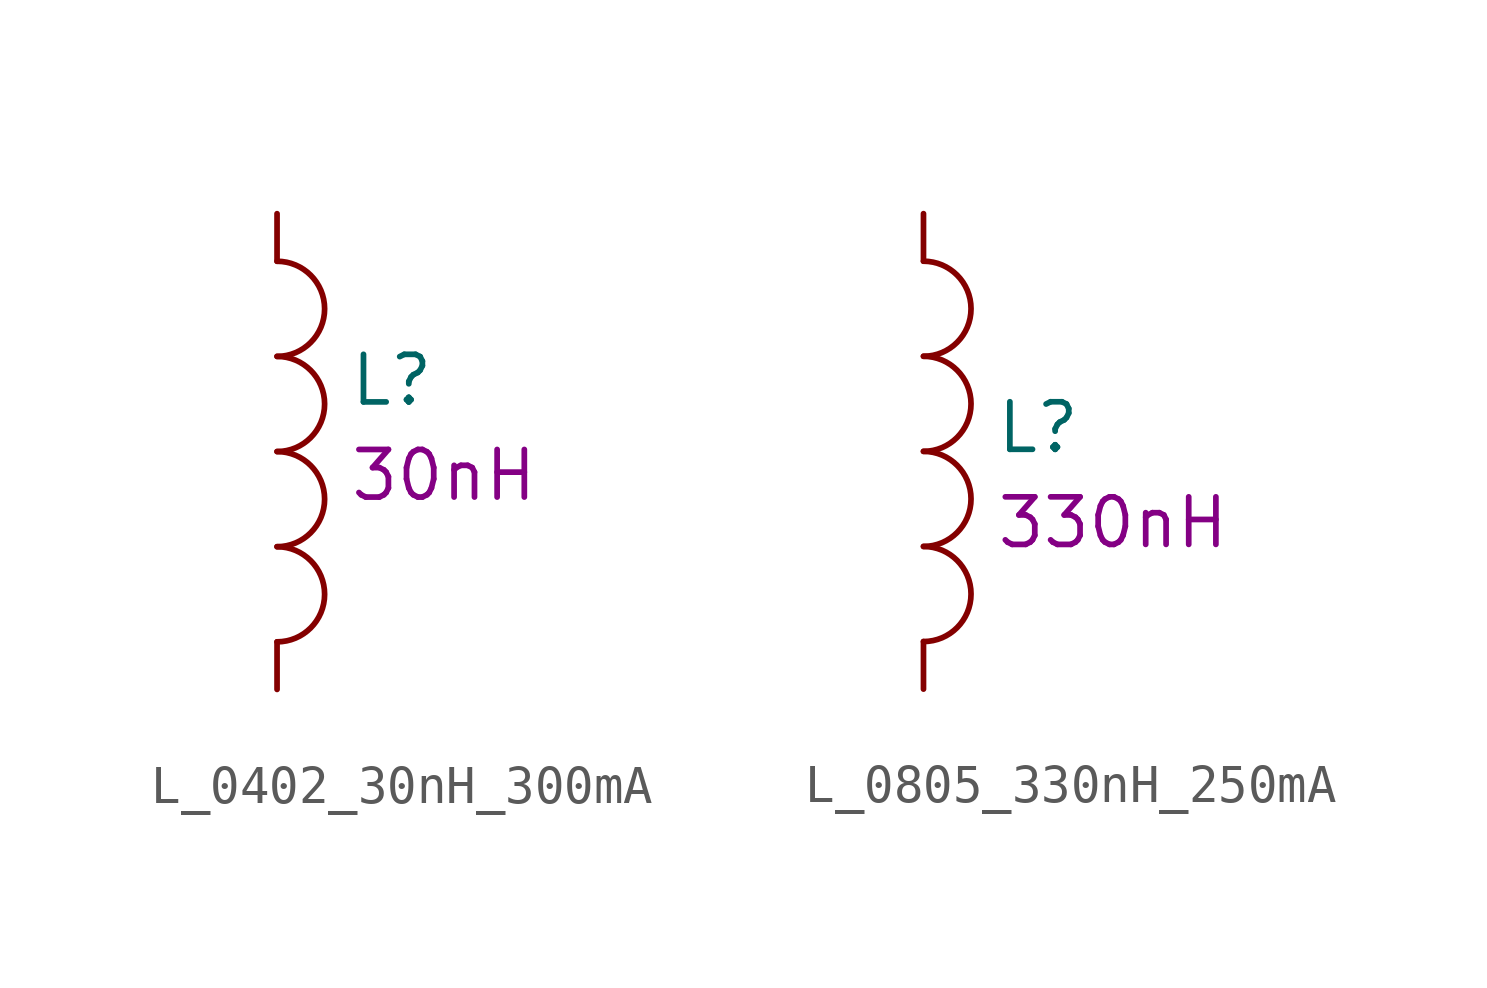
<source format=kicad_sym>
(kicad_symbol_lib
  (version 20211014)
  (generator kicad_symbol_editor)
  (symbol "L_0402_30nH_300mA"
    (pin_numbers hide)
    (pin_names
      (offset 1.016) hide)
    (property "Reference" "L"
      (at 1.905 8.255 0)
      (effects (font (size 1.27 1.27)) (justify left)))
    (property "Displayed Value" "30nH"
      (at 1.905 5.715 0)
      (effects (font (size 1.27 1.27)) (justify left)))
    (symbol "L_0402_30nH_300mA_0_1"
      (arc (start 0 1.27) (mid 1.27 2.54) (end 0 3.81) (stroke (width 0) (type default) (color 0 0 0 0)) (fill (type none)))
      (arc (start 0 3.81) (mid 1.27 5.08) (end 0 6.35) (stroke (width 0) (type default) (color 0 0 0 0)) (fill (type none)))
      (arc (start 0 6.35) (mid 1.27 7.62) (end 0 8.89) (stroke (width 0) (type default) (color 0 0 0 0)) (fill (type none)))
      (arc (start 0 8.89) (mid 1.27 10.16) (end 0 11.43) (stroke (width 0) (type default) (color 0 0 0 0)) (fill (type none))))
    (symbol "L_0402_30nH_300mA_1_1"
      (pin passive line (at 0 12.7 270) (length 1.27) (name "1" (effects (font (size 0.762 0.762)))) (number "1" (effects (font (size 0.762 0.762)))))
      (pin passive line (at 0 0 90) (length 1.27) (name "2" (effects (font (size 0.762 0.762)))) (number "2" (effects (font (size 0.762 0.762)))))))
  (symbol "L_0805_330nH_250mA"
    (pin_numbers hide)
    (pin_names
      (offset 1.016) hide)
    (property "Reference" "L"
      (at -4.445 6.985 0)
      (effects (font (size 1.27 1.27)) (justify left)))
    (property "Displayed Value" "330nH"
      (at -4.445 4.445 0)
      (effects (font (size 1.27 1.27)) (justify left)))
    (symbol "L_0805_330nH_250mA_0_1"
      (arc (start -6.35 1.27) (mid -5.08 2.54) (end -6.35 3.81) (stroke (width 0) (type default) (color 0 0 0 0)) (fill (type none)))
      (arc (start -6.35 3.81) (mid -5.08 5.08) (end -6.35 6.35) (stroke (width 0) (type default) (color 0 0 0 0)) (fill (type none)))
      (arc (start -6.35 6.35) (mid -5.08 7.62) (end -6.35 8.89) (stroke (width 0) (type default) (color 0 0 0 0)) (fill (type none)))
      (arc (start -6.35 8.89) (mid -5.08 10.16) (end -6.35 11.43) (stroke (width 0) (type default) (color 0 0 0 0)) (fill (type none))))
    (symbol "L_0805_330nH_250mA_1_1"
      (pin passive line (at -6.35 12.7 270) (length 1.27) (name "1" (effects (font (size 0.762 0.762)))) (number "1" (effects (font (size 0.762 0.762)))))
      (pin passive line (at -6.35 0 90) (length 1.27) (name "2" (effects (font (size 0.762 0.762)))) (number "2" (effects (font (size 0.762 0.762))))))))
</source>
